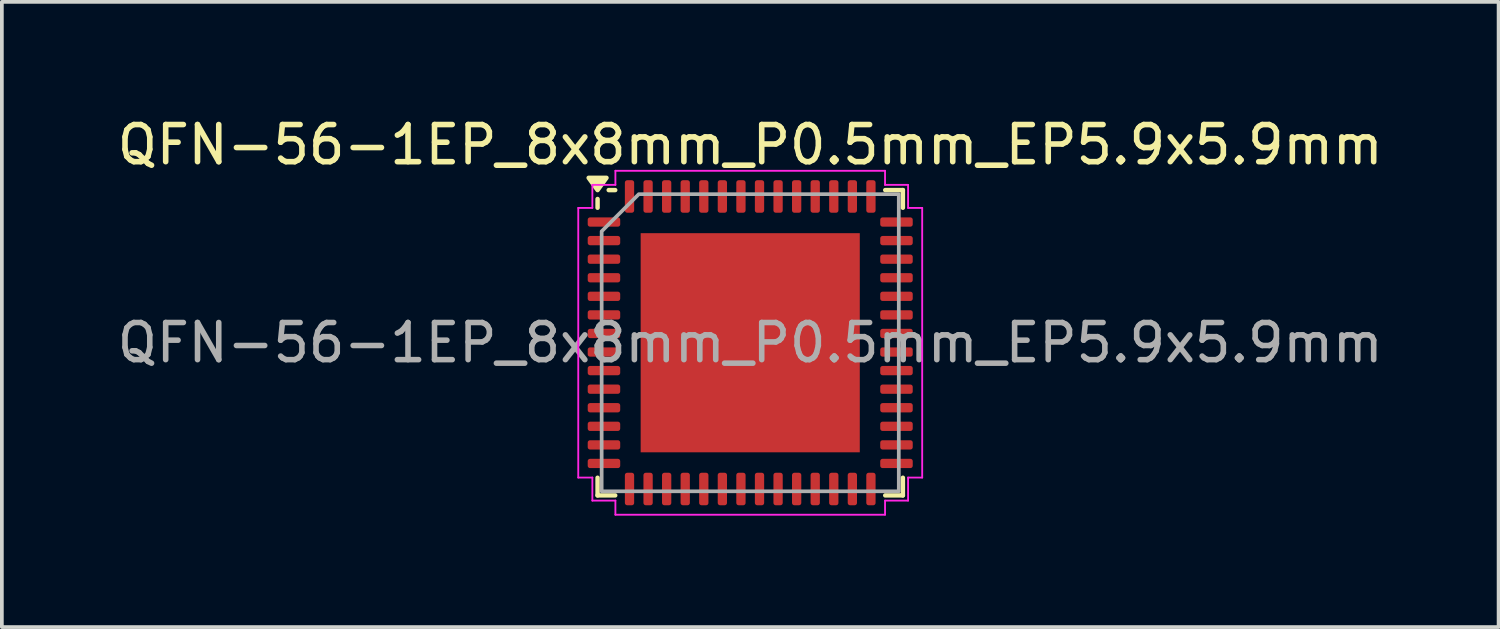
<source format=kicad_pcb>
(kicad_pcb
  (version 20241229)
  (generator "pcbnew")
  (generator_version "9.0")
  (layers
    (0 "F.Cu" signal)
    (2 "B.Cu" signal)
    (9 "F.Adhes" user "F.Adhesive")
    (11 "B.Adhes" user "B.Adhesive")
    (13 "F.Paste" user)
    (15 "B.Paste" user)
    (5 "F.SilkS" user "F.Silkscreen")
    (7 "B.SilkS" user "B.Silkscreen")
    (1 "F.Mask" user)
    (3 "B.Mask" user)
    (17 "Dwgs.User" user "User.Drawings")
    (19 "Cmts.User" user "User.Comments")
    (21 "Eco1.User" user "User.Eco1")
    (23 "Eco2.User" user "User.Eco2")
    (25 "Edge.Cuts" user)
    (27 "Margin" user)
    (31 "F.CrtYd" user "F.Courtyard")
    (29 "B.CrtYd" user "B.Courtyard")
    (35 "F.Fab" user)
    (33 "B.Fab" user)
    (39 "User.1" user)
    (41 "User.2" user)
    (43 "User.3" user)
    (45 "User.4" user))
  (footprint "QFN-56-1EP_8x8mm_P0.5mm_EP5.9x5.9mm"
    (layer "F.Cu")
    (at 17.149 6.178)
    (property "Reference" "QFN-56-1EP_8x8mm_P0.5mm_EP5.9x5.9mm" (at 0 -5.33 0) (layer "F.SilkS") (effects (font (size 1 1) (thickness 0.15))))
    (attr smd)
    (fp_line (start -4.11 -3.635) (end -4.11 -3.87) (stroke (width 0.12) (type solid)) (layer "F.SilkS"))
    (fp_line (start -4.11 4.11) (end -4.11 3.635) (stroke (width 0.12) (type solid)) (layer "F.SilkS"))
    (fp_line (start -3.635 -4.11) (end -3.81 -4.11) (stroke (width 0.12) (type solid)) (layer "F.SilkS"))
    (fp_line (start -3.635 4.11) (end -4.11 4.11) (stroke (width 0.12) (type solid)) (layer "F.SilkS"))
    (fp_line (start 3.635 -4.11) (end 4.11 -4.11) (stroke (width 0.12) (type solid)) (layer "F.SilkS"))
    (fp_line (start 3.635 4.11) (end 4.11 4.11) (stroke (width 0.12) (type solid)) (layer "F.SilkS"))
    (fp_line (start 4.11 -4.11) (end 4.11 -3.635) (stroke (width 0.12) (type solid)) (layer "F.SilkS"))
    (fp_line (start 4.11 4.11) (end 4.11 3.635) (stroke (width 0.12) (type solid)) (layer "F.SilkS"))
    (fp_poly (pts (xy -4.11 -4.11) (xy -4.35 -4.44) (xy -3.87 -4.44)) (stroke (width 0.12) (type solid)) (fill yes) (layer "F.SilkS"))
    (fp_line (start -4.63 -3.63) (end -4.25 -3.63) (stroke (width 0.05) (type solid)) (layer "F.CrtYd"))
    (fp_line (start -4.63 3.63) (end -4.63 -3.63) (stroke (width 0.05) (type solid)) (layer "F.CrtYd"))
    (fp_line (start -4.25 -4.25) (end -3.63 -4.25) (stroke (width 0.05) (type solid)) (layer "F.CrtYd"))
    (fp_line (start -4.25 -3.63) (end -4.25 -4.25) (stroke (width 0.05) (type solid)) (layer "F.CrtYd"))
    (fp_line (start -4.25 3.63) (end -4.63 3.63) (stroke (width 0.05) (type solid)) (layer "F.CrtYd"))
    (fp_line (start -4.25 4.25) (end -4.25 3.63) (stroke (width 0.05) (type solid)) (layer "F.CrtYd"))
    (fp_line (start -3.63 -4.63) (end 3.63 -4.63) (stroke (width 0.05) (type solid)) (layer "F.CrtYd"))
    (fp_line (start -3.63 -4.25) (end -3.63 -4.63) (stroke (width 0.05) (type solid)) (layer "F.CrtYd"))
    (fp_line (start -3.63 4.25) (end -4.25 4.25) (stroke (width 0.05) (type solid)) (layer "F.CrtYd"))
    (fp_line (start -3.63 4.63) (end -3.63 4.25) (stroke (width 0.05) (type solid)) (layer "F.CrtYd"))
    (fp_line (start 3.63 -4.63) (end 3.63 -4.25) (stroke (width 0.05) (type solid)) (layer "F.CrtYd"))
    (fp_line (start 3.63 -4.25) (end 4.25 -4.25) (stroke (width 0.05) (type solid)) (layer "F.CrtYd"))
    (fp_line (start 3.63 4.25) (end 3.63 4.63) (stroke (width 0.05) (type solid)) (layer "F.CrtYd"))
    (fp_line (start 3.63 4.63) (end -3.63 4.63) (stroke (width 0.05) (type solid)) (layer "F.CrtYd"))
    (fp_line (start 4.25 -4.25) (end 4.25 -3.63) (stroke (width 0.05) (type solid)) (layer "F.CrtYd"))
    (fp_line (start 4.25 -3.63) (end 4.63 -3.63) (stroke (width 0.05) (type solid)) (layer "F.CrtYd"))
    (fp_line (start 4.25 3.63) (end 4.25 4.25) (stroke (width 0.05) (type solid)) (layer "F.CrtYd"))
    (fp_line (start 4.25 4.25) (end 3.63 4.25) (stroke (width 0.05) (type solid)) (layer "F.CrtYd"))
    (fp_line (start 4.63 -3.63) (end 4.63 3.63) (stroke (width 0.05) (type solid)) (layer "F.CrtYd"))
    (fp_line (start 4.63 3.63) (end 4.25 3.63) (stroke (width 0.05) (type solid)) (layer "F.CrtYd"))
    (fp_poly (pts (xy -4 -3) (xy -4 4) (xy 4 4) (xy 4 -4) (xy -3 -4)) (stroke (width 0.1) (type solid)) (fill no) (layer "F.Fab"))
    (fp_text user "${REFERENCE}" (at 0 0 0) (layer "F.Fab") (effects (font (size 1 1) (thickness 0.15))))
    (pad "" smd roundrect (at -2.22 -2.22) (size 1.19 1.19) (layers "F.Paste") (roundrect_rratio 0.21))
    (pad "" smd roundrect (at -2.22 -0.74) (size 1.19 1.19) (layers "F.Paste") (roundrect_rratio 0.21))
    (pad "" smd roundrect (at -2.22 0.74) (size 1.19 1.19) (layers "F.Paste") (roundrect_rratio 0.21))
    (pad "" smd roundrect (at -2.22 2.22) (size 1.19 1.19) (layers "F.Paste") (roundrect_rratio 0.21))
    (pad "" smd roundrect (at -0.74 -2.22) (size 1.19 1.19) (layers "F.Paste") (roundrect_rratio 0.21))
    (pad "" smd roundrect (at -0.74 -0.74) (size 1.19 1.19) (layers "F.Paste") (roundrect_rratio 0.21))
    (pad "" smd roundrect (at -0.74 0.74) (size 1.19 1.19) (layers "F.Paste") (roundrect_rratio 0.21))
    (pad "" smd roundrect (at -0.74 2.22) (size 1.19 1.19) (layers "F.Paste") (roundrect_rratio 0.21))
    (pad "" smd roundrect (at 0.74 -2.22) (size 1.19 1.19) (layers "F.Paste") (roundrect_rratio 0.21))
    (pad "" smd roundrect (at 0.74 -0.74) (size 1.19 1.19) (layers "F.Paste") (roundrect_rratio 0.21))
    (pad "" smd roundrect (at 0.74 0.74) (size 1.19 1.19) (layers "F.Paste") (roundrect_rratio 0.21))
    (pad "" smd roundrect (at 0.74 2.22) (size 1.19 1.19) (layers "F.Paste") (roundrect_rratio 0.21))
    (pad "" smd roundrect (at 2.22 -2.22) (size 1.19 1.19) (layers "F.Paste") (roundrect_rratio 0.21))
    (pad "" smd roundrect (at 2.22 -0.74) (size 1.19 1.19) (layers "F.Paste") (roundrect_rratio 0.21))
    (pad "" smd roundrect (at 2.22 0.74) (size 1.19 1.19) (layers "F.Paste") (roundrect_rratio 0.21))
    (pad "" smd roundrect (at 2.22 2.22) (size 1.19 1.19) (layers "F.Paste") (roundrect_rratio 0.21))
    (pad "1" smd roundrect (at -3.938 -3.25) (size 0.875 0.25) (layers "F.Cu" "F.Mask" "F.Paste") (roundrect_rratio 0.25))
    (pad "2" smd roundrect (at -3.938 -2.75) (size 0.875 0.25) (layers "F.Cu" "F.Mask" "F.Paste") (roundrect_rratio 0.25))
    (pad "3" smd roundrect (at -3.938 -2.25) (size 0.875 0.25) (layers "F.Cu" "F.Mask" "F.Paste") (roundrect_rratio 0.25))
    (pad "4" smd roundrect (at -3.938 -1.75) (size 0.875 0.25) (layers "F.Cu" "F.Mask" "F.Paste") (roundrect_rratio 0.25))
    (pad "5" smd roundrect (at -3.938 -1.25) (size 0.875 0.25) (layers "F.Cu" "F.Mask" "F.Paste") (roundrect_rratio 0.25))
    (pad "6" smd roundrect (at -3.938 -0.75) (size 0.875 0.25) (layers "F.Cu" "F.Mask" "F.Paste") (roundrect_rratio 0.25))
    (pad "7" smd roundrect (at -3.938 -0.25) (size 0.875 0.25) (layers "F.Cu" "F.Mask" "F.Paste") (roundrect_rratio 0.25))
    (pad "8" smd roundrect (at -3.938 0.25) (size 0.875 0.25) (layers "F.Cu" "F.Mask" "F.Paste") (roundrect_rratio 0.25))
    (pad "9" smd roundrect (at -3.938 0.75) (size 0.875 0.25) (layers "F.Cu" "F.Mask" "F.Paste") (roundrect_rratio 0.25))
    (pad "10" smd roundrect (at -3.938 1.25) (size 0.875 0.25) (layers "F.Cu" "F.Mask" "F.Paste") (roundrect_rratio 0.25))
    (pad "11" smd roundrect (at -3.938 1.75) (size 0.875 0.25) (layers "F.Cu" "F.Mask" "F.Paste") (roundrect_rratio 0.25))
    (pad "12" smd roundrect (at -3.938 2.25) (size 0.875 0.25) (layers "F.Cu" "F.Mask" "F.Paste") (roundrect_rratio 0.25))
    (pad "13" smd roundrect (at -3.938 2.75) (size 0.875 0.25) (layers "F.Cu" "F.Mask" "F.Paste") (roundrect_rratio 0.25))
    (pad "14" smd roundrect (at -3.938 3.25) (size 0.875 0.25) (layers "F.Cu" "F.Mask" "F.Paste") (roundrect_rratio 0.25))
    (pad "15" smd roundrect (at -3.25 3.938) (size 0.25 0.875) (layers "F.Cu" "F.Mask" "F.Paste") (roundrect_rratio 0.25))
    (pad "16" smd roundrect (at -2.75 3.938) (size 0.25 0.875) (layers "F.Cu" "F.Mask" "F.Paste") (roundrect_rratio 0.25))
    (pad "17" smd roundrect (at -2.25 3.938) (size 0.25 0.875) (layers "F.Cu" "F.Mask" "F.Paste") (roundrect_rratio 0.25))
    (pad "18" smd roundrect (at -1.75 3.938) (size 0.25 0.875) (layers "F.Cu" "F.Mask" "F.Paste") (roundrect_rratio 0.25))
    (pad "19" smd roundrect (at -1.25 3.938) (size 0.25 0.875) (layers "F.Cu" "F.Mask" "F.Paste") (roundrect_rratio 0.25))
    (pad "20" smd roundrect (at -0.75 3.938) (size 0.25 0.875) (layers "F.Cu" "F.Mask" "F.Paste") (roundrect_rratio 0.25))
    (pad "21" smd roundrect (at -0.25 3.938) (size 0.25 0.875) (layers "F.Cu" "F.Mask" "F.Paste") (roundrect_rratio 0.25))
    (pad "22" smd roundrect (at 0.25 3.938) (size 0.25 0.875) (layers "F.Cu" "F.Mask" "F.Paste") (roundrect_rratio 0.25))
    (pad "23" smd roundrect (at 0.75 3.938) (size 0.25 0.875) (layers "F.Cu" "F.Mask" "F.Paste") (roundrect_rratio 0.25))
    (pad "24" smd roundrect (at 1.25 3.938) (size 0.25 0.875) (layers "F.Cu" "F.Mask" "F.Paste") (roundrect_rratio 0.25))
    (pad "25" smd roundrect (at 1.75 3.938) (size 0.25 0.875) (layers "F.Cu" "F.Mask" "F.Paste") (roundrect_rratio 0.25))
    (pad "26" smd roundrect (at 2.25 3.938) (size 0.25 0.875) (layers "F.Cu" "F.Mask" "F.Paste") (roundrect_rratio 0.25))
    (pad "27" smd roundrect (at 2.75 3.938) (size 0.25 0.875) (layers "F.Cu" "F.Mask" "F.Paste") (roundrect_rratio 0.25))
    (pad "28" smd roundrect (at 3.25 3.938) (size 0.25 0.875) (layers "F.Cu" "F.Mask" "F.Paste") (roundrect_rratio 0.25))
    (pad "29" smd roundrect (at 3.938 3.25) (size 0.875 0.25) (layers "F.Cu" "F.Mask" "F.Paste") (roundrect_rratio 0.25))
    (pad "30" smd roundrect (at 3.938 2.75) (size 0.875 0.25) (layers "F.Cu" "F.Mask" "F.Paste") (roundrect_rratio 0.25))
    (pad "31" smd roundrect (at 3.938 2.25) (size 0.875 0.25) (layers "F.Cu" "F.Mask" "F.Paste") (roundrect_rratio 0.25))
    (pad "32" smd roundrect (at 3.938 1.75) (size 0.875 0.25) (layers "F.Cu" "F.Mask" "F.Paste") (roundrect_rratio 0.25))
    (pad "33" smd roundrect (at 3.938 1.25) (size 0.875 0.25) (layers "F.Cu" "F.Mask" "F.Paste") (roundrect_rratio 0.25))
    (pad "34" smd roundrect (at 3.938 0.75) (size 0.875 0.25) (layers "F.Cu" "F.Mask" "F.Paste") (roundrect_rratio 0.25))
    (pad "35" smd roundrect (at 3.938 0.25) (size 0.875 0.25) (layers "F.Cu" "F.Mask" "F.Paste") (roundrect_rratio 0.25))
    (pad "36" smd roundrect (at 3.938 -0.25) (size 0.875 0.25) (layers "F.Cu" "F.Mask" "F.Paste") (roundrect_rratio 0.25))
    (pad "37" smd roundrect (at 3.938 -0.75) (size 0.875 0.25) (layers "F.Cu" "F.Mask" "F.Paste") (roundrect_rratio 0.25))
    (pad "38" smd roundrect (at 3.938 -1.25) (size 0.875 0.25) (layers "F.Cu" "F.Mask" "F.Paste") (roundrect_rratio 0.25))
    (pad "39" smd roundrect (at 3.938 -1.75) (size 0.875 0.25) (layers "F.Cu" "F.Mask" "F.Paste") (roundrect_rratio 0.25))
    (pad "40" smd roundrect (at 3.938 -2.25) (size 0.875 0.25) (layers "F.Cu" "F.Mask" "F.Paste") (roundrect_rratio 0.25))
    (pad "41" smd roundrect (at 3.938 -2.75) (size 0.875 0.25) (layers "F.Cu" "F.Mask" "F.Paste") (roundrect_rratio 0.25))
    (pad "42" smd roundrect (at 3.938 -3.25) (size 0.875 0.25) (layers "F.Cu" "F.Mask" "F.Paste") (roundrect_rratio 0.25))
    (pad "43" smd roundrect (at 3.25 -3.938) (size 0.25 0.875) (layers "F.Cu" "F.Mask" "F.Paste") (roundrect_rratio 0.25))
    (pad "44" smd roundrect (at 2.75 -3.938) (size 0.25 0.875) (layers "F.Cu" "F.Mask" "F.Paste") (roundrect_rratio 0.25))
    (pad "45" smd roundrect (at 2.25 -3.938) (size 0.25 0.875) (layers "F.Cu" "F.Mask" "F.Paste") (roundrect_rratio 0.25))
    (pad "46" smd roundrect (at 1.75 -3.938) (size 0.25 0.875) (layers "F.Cu" "F.Mask" "F.Paste") (roundrect_rratio 0.25))
    (pad "47" smd roundrect (at 1.25 -3.938) (size 0.25 0.875) (layers "F.Cu" "F.Mask" "F.Paste") (roundrect_rratio 0.25))
    (pad "48" smd roundrect (at 0.75 -3.938) (size 0.25 0.875) (layers "F.Cu" "F.Mask" "F.Paste") (roundrect_rratio 0.25))
    (pad "49" smd roundrect (at 0.25 -3.938) (size 0.25 0.875) (layers "F.Cu" "F.Mask" "F.Paste") (roundrect_rratio 0.25))
    (pad "50" smd roundrect (at -0.25 -3.938) (size 0.25 0.875) (layers "F.Cu" "F.Mask" "F.Paste") (roundrect_rratio 0.25))
    (pad "51" smd roundrect (at -0.75 -3.938) (size 0.25 0.875) (layers "F.Cu" "F.Mask" "F.Paste") (roundrect_rratio 0.25))
    (pad "52" smd roundrect (at -1.25 -3.938) (size 0.25 0.875) (layers "F.Cu" "F.Mask" "F.Paste") (roundrect_rratio 0.25))
    (pad "53" smd roundrect (at -1.75 -3.938) (size 0.25 0.875) (layers "F.Cu" "F.Mask" "F.Paste") (roundrect_rratio 0.25))
    (pad "54" smd roundrect (at -2.25 -3.938) (size 0.25 0.875) (layers "F.Cu" "F.Mask" "F.Paste") (roundrect_rratio 0.25))
    (pad "55" smd roundrect (at -2.75 -3.938) (size 0.25 0.875) (layers "F.Cu" "F.Mask" "F.Paste") (roundrect_rratio 0.25))
    (pad "56" smd roundrect (at -3.25 -3.938) (size 0.25 0.875) (layers "F.Cu" "F.Mask" "F.Paste") (roundrect_rratio 0.25))
    (pad "57" smd rect (at 0 0) (size 5.9 5.9) (property pad_prop_heatsink) (layers "F.Cu" "F.Mask")))
  (gr_rect
    (start -3 -3)
    (end 37.298 13.833)
    (stroke (width 0.1) (type default))
    (fill no)
    (layer "Edge.Cuts")))
</source>
